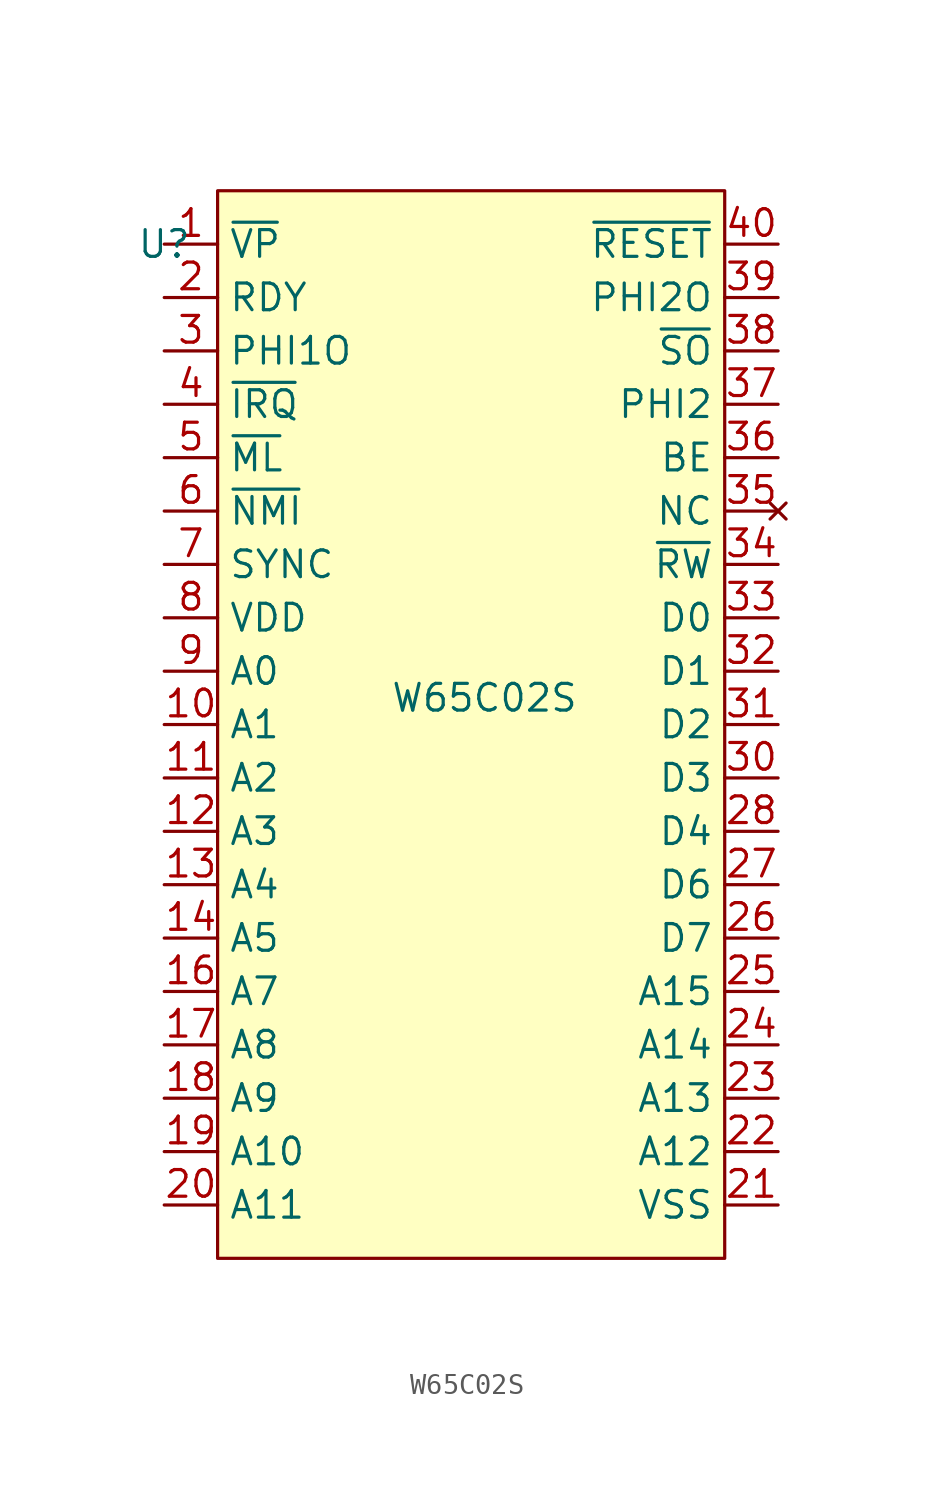
<source format=kicad_sym>
(kicad_symbol_lib
  (version 20220914)
  (generator kicad_symbol_editor)
  (symbol "W65C02S"
    (property "Reference" "U"
      (at 0 0 0)
      (effects (font (size 1.27 1.27))))
    (property "Value" "W65C02S"
      (at 15.24 -21.59 0)
      (effects (font (size 1.27 1.27))))
    (symbol "W65C02S_0_0"
      (pin output line (at 0 0 0) (length 2.54) (name "~{VP}" (effects (font (size 1.27 1.27)))) (number "1" (effects (font (size 1.27 1.27)))))
      (pin output line (at 0 -22.86 0) (length 2.54) (name "A1" (effects (font (size 1.27 1.27)))) (number "10" (effects (font (size 1.27 1.27)))))
      (pin output line (at 0 -25.4 0) (length 2.54) (name "A2" (effects (font (size 1.27 1.27)))) (number "11" (effects (font (size 1.27 1.27)))))
      (pin output line (at 0 -27.94 0) (length 2.54) (name "A3" (effects (font (size 1.27 1.27)))) (number "12" (effects (font (size 1.27 1.27)))))
      (pin output line (at 0 -30.48 0) (length 2.54) (name "A4" (effects (font (size 1.27 1.27)))) (number "13" (effects (font (size 1.27 1.27)))))
      (pin output line (at 0 -33.02 0) (length 2.54) (name "A5" (effects (font (size 1.27 1.27)))) (number "14" (effects (font (size 1.27 1.27)))))
      (pin output line (at 0 -35.56 0) (length 2.54) (name "A7" (effects (font (size 1.27 1.27)))) (number "16" (effects (font (size 1.27 1.27)))))
      (pin output line (at 0 -38.1 0) (length 2.54) (name "A8" (effects (font (size 1.27 1.27)))) (number "17" (effects (font (size 1.27 1.27)))))
      (pin output line (at 0 -40.64 0) (length 2.54) (name "A9" (effects (font (size 1.27 1.27)))) (number "18" (effects (font (size 1.27 1.27)))))
      (pin output line (at 0 -43.18 0) (length 2.54) (name "A10" (effects (font (size 1.27 1.27)))) (number "19" (effects (font (size 1.27 1.27)))))
      (pin input line (at 0 -2.54 0) (length 2.54) (name "RDY" (effects (font (size 1.27 1.27)))) (number "2" (effects (font (size 1.27 1.27)))))
      (pin output line (at 0 -45.72 0) (length 2.54) (name "A11" (effects (font (size 1.27 1.27)))) (number "20" (effects (font (size 1.27 1.27)))))
      (pin power_in line (at 29.21 -45.72 180) (length 2.54) (name "VSS" (effects (font (size 1.27 1.27)))) (number "21" (effects (font (size 1.27 1.27)))))
      (pin output line (at 29.21 -43.18 180) (length 2.54) (name "A12" (effects (font (size 1.27 1.27)))) (number "22" (effects (font (size 1.27 1.27)))))
      (pin output line (at 29.21 -40.64 180) (length 2.54) (name "A13" (effects (font (size 1.27 1.27)))) (number "23" (effects (font (size 1.27 1.27)))))
      (pin output line (at 29.21 -38.1 180) (length 2.54) (name "A14" (effects (font (size 1.27 1.27)))) (number "24" (effects (font (size 1.27 1.27)))))
      (pin output line (at 29.21 -35.56 180) (length 2.54) (name "A15" (effects (font (size 1.27 1.27)))) (number "25" (effects (font (size 1.27 1.27)))))
      (pin bidirectional line (at 29.21 -33.02 180) (length 2.54) (name "D7" (effects (font (size 1.27 1.27)))) (number "26" (effects (font (size 1.27 1.27)))))
      (pin bidirectional line (at 29.21 -30.48 180) (length 2.54) (name "D6" (effects (font (size 1.27 1.27)))) (number "27" (effects (font (size 1.27 1.27)))))
      (pin bidirectional line (at 29.21 -27.94 180) (length 2.54) (name "D4" (effects (font (size 1.27 1.27)))) (number "28" (effects (font (size 1.27 1.27)))))
      (pin output line (at 0 -5.08 0) (length 2.54) (name "PHI1O" (effects (font (size 1.27 1.27)))) (number "3" (effects (font (size 1.27 1.27)))))
      (pin bidirectional line (at 29.21 -25.4 180) (length 2.54) (name "D3" (effects (font (size 1.27 1.27)))) (number "30" (effects (font (size 1.27 1.27)))))
      (pin bidirectional line (at 29.21 -22.86 180) (length 2.54) (name "D2" (effects (font (size 1.27 1.27)))) (number "31" (effects (font (size 1.27 1.27)))))
      (pin bidirectional line (at 29.21 -20.32 180) (length 2.54) (name "D1" (effects (font (size 1.27 1.27)))) (number "32" (effects (font (size 1.27 1.27)))))
      (pin bidirectional line (at 29.21 -17.78 180) (length 2.54) (name "D0" (effects (font (size 1.27 1.27)))) (number "33" (effects (font (size 1.27 1.27)))))
      (pin output line (at 29.21 -15.24 180) (length 2.54) (name "~{RW}" (effects (font (size 1.27 1.27)))) (number "34" (effects (font (size 1.27 1.27)))))
      (pin no_connect line (at 29.21 -12.7 180) (length 2.54) (name "NC" (effects (font (size 1.27 1.27)))) (number "35" (effects (font (size 1.27 1.27)))))
      (pin input line (at 29.21 -10.16 180) (length 2.54) (name "BE" (effects (font (size 1.27 1.27)))) (number "36" (effects (font (size 1.27 1.27)))))
      (pin input line (at 29.21 -7.62 180) (length 2.54) (name "PHI2" (effects (font (size 1.27 1.27)))) (number "37" (effects (font (size 1.27 1.27)))))
      (pin input line (at 29.21 -5.08 180) (length 2.54) (name "~{SO}" (effects (font (size 1.27 1.27)))) (number "38" (effects (font (size 1.27 1.27)))))
      (pin output line (at 29.21 -2.54 180) (length 2.54) (name "PHI2O" (effects (font (size 1.27 1.27)))) (number "39" (effects (font (size 1.27 1.27)))))
      (pin input line (at 0 -7.62 0) (length 2.54) (name "~{IRQ}" (effects (font (size 1.27 1.27)))) (number "4" (effects (font (size 1.27 1.27)))))
      (pin input line (at 29.21 0 180) (length 2.54) (name "~{RESET}" (effects (font (size 1.27 1.27)))) (number "40" (effects (font (size 1.27 1.27)))))
      (pin output line (at 0 -10.16 0) (length 2.54) (name "~{ML}" (effects (font (size 1.27 1.27)))) (number "5" (effects (font (size 1.27 1.27)))))
      (pin input line (at 0 -12.7 0) (length 2.54) (name "~{NMI}" (effects (font (size 1.27 1.27)))) (number "6" (effects (font (size 1.27 1.27)))))
      (pin output line (at 0 -15.24 0) (length 2.54) (name "SYNC" (effects (font (size 1.27 1.27)))) (number "7" (effects (font (size 1.27 1.27)))))
      (pin power_in line (at 0 -17.78 0) (length 2.54) (name "VDD" (effects (font (size 1.27 1.27)))) (number "8" (effects (font (size 1.27 1.27)))))
      (pin output line (at 0 -20.32 0) (length 2.54) (name "A0" (effects (font (size 1.27 1.27)))) (number "9" (effects (font (size 1.27 1.27))))))
    (symbol "W65C02S_1_1"
      (rectangle (start 2.54 2.54) (end 26.67 -48.26) (stroke (width 0) (type default)) (fill (type background))))))
</source>
